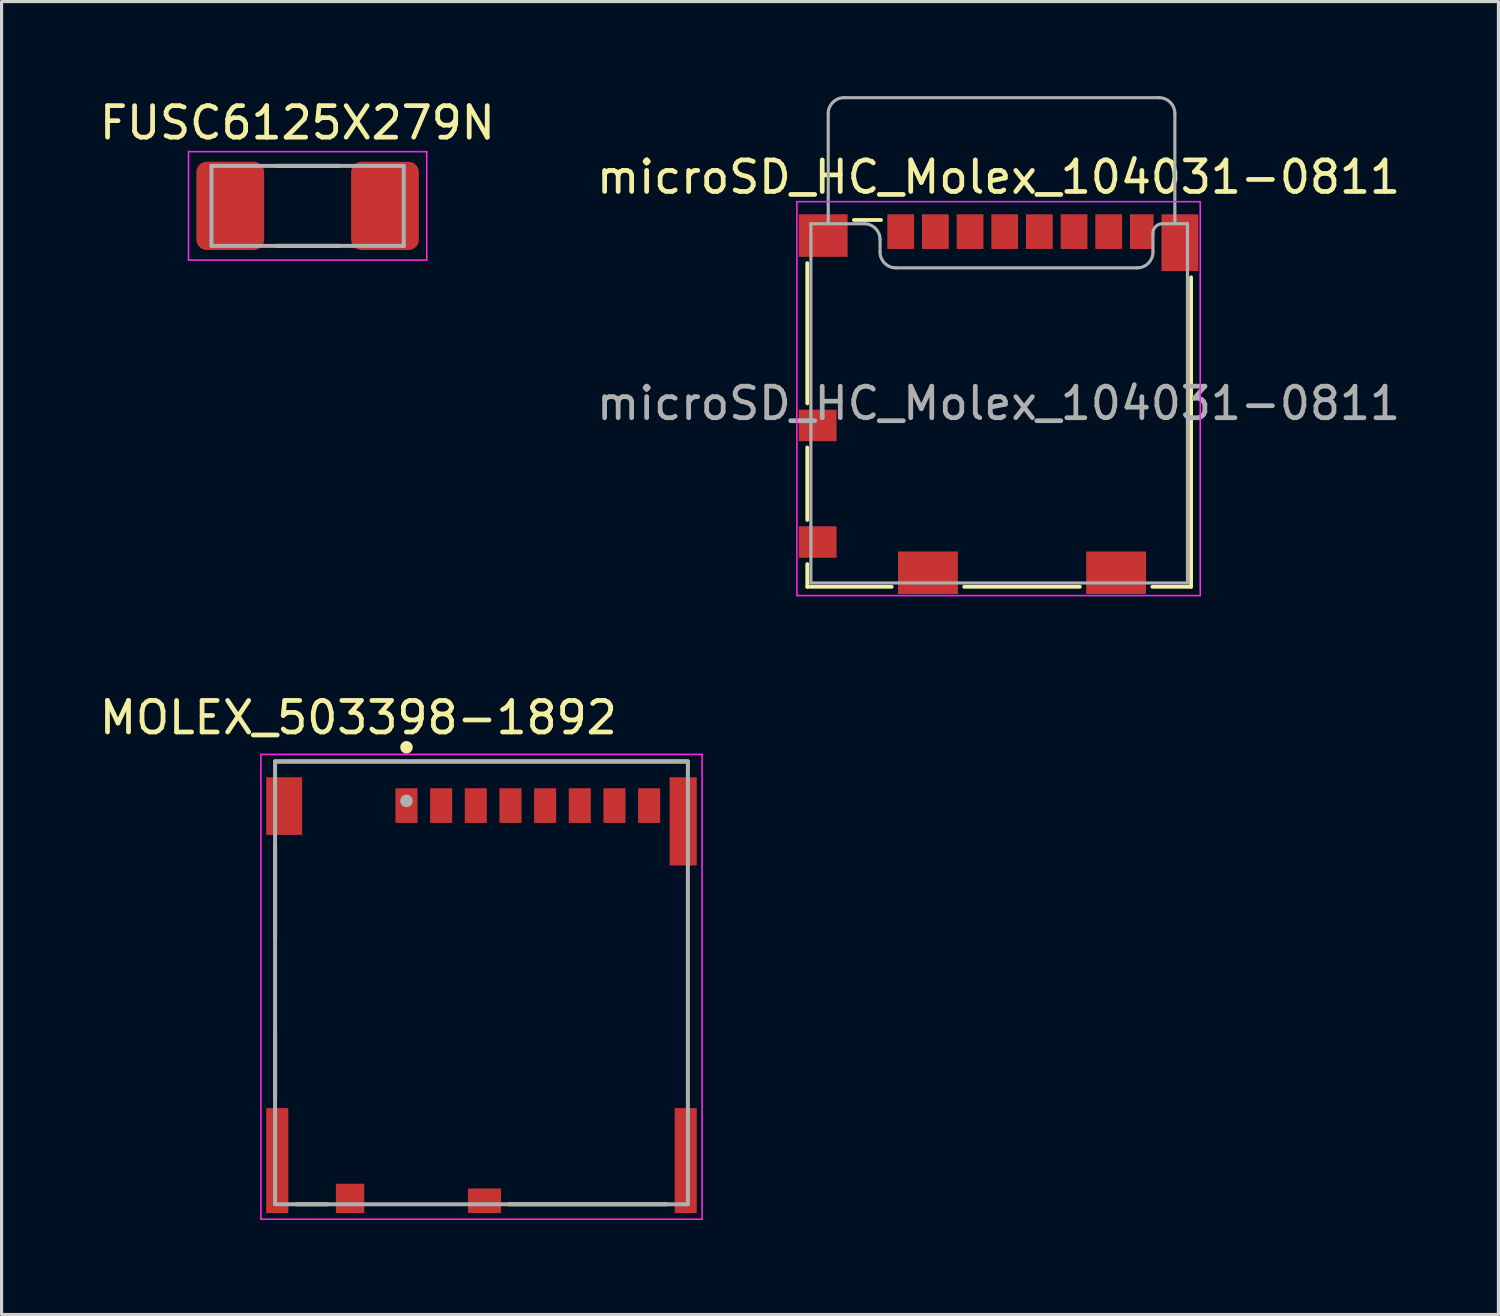
<source format=kicad_pcb>
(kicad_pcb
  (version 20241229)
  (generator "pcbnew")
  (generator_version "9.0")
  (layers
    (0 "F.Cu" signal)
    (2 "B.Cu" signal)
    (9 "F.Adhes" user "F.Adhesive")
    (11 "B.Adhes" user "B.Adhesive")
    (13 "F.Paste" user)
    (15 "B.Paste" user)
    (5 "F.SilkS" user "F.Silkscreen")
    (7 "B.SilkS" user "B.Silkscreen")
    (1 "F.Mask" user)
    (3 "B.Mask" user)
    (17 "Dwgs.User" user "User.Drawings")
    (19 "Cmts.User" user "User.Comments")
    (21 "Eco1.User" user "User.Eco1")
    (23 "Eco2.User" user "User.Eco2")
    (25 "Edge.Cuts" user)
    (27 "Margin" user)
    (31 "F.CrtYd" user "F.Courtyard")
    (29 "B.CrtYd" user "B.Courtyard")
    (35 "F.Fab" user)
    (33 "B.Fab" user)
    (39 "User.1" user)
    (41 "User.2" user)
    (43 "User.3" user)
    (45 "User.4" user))
  (footprint "MOLEX_503398-1892"
    (layer "F.Cu")
    (at 12.229 28.139)
    (property "Reference" "MOLEX_503398-1892" (at -3.908 -8.416 0) (layer "F.SilkS") (effects (font (size 1.001 1.001) (thickness 0.15))))
    (attr smd)
    (fp_line (start -6.55 -7.025) (end 6.55 -7.025) (stroke (width 0.127) (type solid)) (layer "F.SilkS"))
    (fp_line (start -6.55 -4.325) (end -6.55 -1.425) (stroke (width 0.127) (type solid)) (layer "F.SilkS"))
    (fp_line (start -6.55 1.575) (end -6.55 3.675) (stroke (width 0.127) (type solid)) (layer "F.SilkS"))
    (fp_line (start -5.876 7.025) (end -4.874 7.025) (stroke (width 0.127) (type solid)) (layer "F.SilkS"))
    (fp_line (start 0.874 7.025) (end 5.876 7.025) (stroke (width 0.127) (type solid)) (layer "F.SilkS"))
    (fp_circle (center -2.38 -7.475) (end -2.28 -7.475) (stroke (width 0.2) (type solid)) (fill no) (layer "F.SilkS"))
    (fp_line (start -7 -7.25) (end 7 -7.25) (stroke (width 0.05) (type solid)) (layer "F.CrtYd"))
    (fp_line (start -7 7.5) (end -7 -7.25) (stroke (width 0.05) (type solid)) (layer "F.CrtYd"))
    (fp_line (start 7 -7.25) (end 7 7.5) (stroke (width 0.05) (type solid)) (layer "F.CrtYd"))
    (fp_line (start 7 7.5) (end -7 7.5) (stroke (width 0.05) (type solid)) (layer "F.CrtYd"))
    (fp_line (start -6.55 -7.025) (end 6.55 -7.025) (stroke (width 0.127) (type solid)) (layer "F.Fab"))
    (fp_line (start -6.55 7.025) (end -6.55 -7.025) (stroke (width 0.127) (type solid)) (layer "F.Fab"))
    (fp_line (start 6.55 -7.025) (end 6.55 7.025) (stroke (width 0.127) (type solid)) (layer "F.Fab"))
    (fp_line (start 6.55 7.025) (end -6.55 7.025) (stroke (width 0.127) (type solid)) (layer "F.Fab"))
    (fp_circle (center -2.38 -5.775) (end -2.28 -5.775) (stroke (width 0.2) (type solid)) (fill no) (layer "F.Fab"))
    (pad "1" smd rect (at -2.38 -5.625) (size 0.7 1.1) (layers "F.Cu" "F.Mask" "F.Paste"))
    (pad "2" smd rect (at -1.28 -5.625) (size 0.7 1.1) (layers "F.Cu" "F.Mask" "F.Paste"))
    (pad "3" smd rect (at -0.18 -5.625) (size 0.7 1.1) (layers "F.Cu" "F.Mask" "F.Paste"))
    (pad "4" smd rect (at 0.92 -5.625) (size 0.7 1.1) (layers "F.Cu" "F.Mask" "F.Paste"))
    (pad "5" smd rect (at 2.02 -5.625) (size 0.7 1.1) (layers "F.Cu" "F.Mask" "F.Paste"))
    (pad "6" smd rect (at 3.12 -5.625) (size 0.7 1.1) (layers "F.Cu" "F.Mask" "F.Paste"))
    (pad "7" smd rect (at 4.22 -5.625) (size 0.7 1.1) (layers "F.Cu" "F.Mask" "F.Paste"))
    (pad "8" smd rect (at 5.32 -5.625) (size 0.7 1.1) (layers "F.Cu" "F.Mask" "F.Paste"))
    (pad "9" smd rect (at -4.17 6.84) (size 0.9 0.93) (layers "F.Cu" "F.Mask" "F.Paste"))
    (pad "10" smd rect (at 0.095 6.915) (size 1.05 0.78) (layers "F.Cu" "F.Mask" "F.Paste"))
    (pad "11" smd rect (at -6.48 5.64) (size 0.7 3.33) (layers "F.Cu" "F.Mask" "F.Paste"))
    (pad "11" smd rect (at -6.26 -5.61) (size 1.14 1.83) (layers "F.Cu" "F.Mask" "F.Paste"))
    (pad "11" smd rect (at 6.4 -5.125) (size 0.86 2.8) (layers "F.Cu" "F.Mask" "F.Paste"))
    (pad "11" smd rect (at 6.48 5.64) (size 0.7 3.33) (layers "F.Cu" "F.Mask" "F.Paste"))
    (zone (net_name "") (layer "F.Cu") (hatch full 0.508) (connect_pads) (min_thickness 0.01) (filled_areas_thickness no) (keepout (tracks not_allowed) (vias not_allowed) (pads not_allowed) (copperpour not_allowed) (footprints allowed)) (placement (enabled no)) (fill) (polygon (pts (xy 5.392 27.014) (xy 6.099 27.014) (xy 6.099 29.416) (xy 5.392 29.416))))
    (zone (net_name "") (layer "F.Cu") (hatch full 0.508) (connect_pads) (min_thickness 0.01) (filled_areas_thickness no) (keepout (tracks not_allowed) (vias not_allowed) (pads not_allowed) (copperpour not_allowed) (footprints allowed)) (placement (enabled no)) (fill) (polygon (pts (xy 6.983 32.714) (xy 7.544 32.714) (xy 7.544 34.878) (xy 6.983 34.878))))
    (zone (net_name "") (layer "F.Cu") (hatch full 0.508) (connect_pads) (min_thickness 0.01) (filled_areas_thickness no) (keepout (tracks not_allowed) (vias not_allowed) (pads not_allowed) (copperpour not_allowed) (footprints allowed)) (placement (enabled no)) (fill) (polygon (pts (xy 9.006 34.514) (xy 9.559 34.514) (xy 9.559 35.07) (xy 9.006 35.07))))
    (zone (net_name "") (layer "F.Cu") (hatch full 0.508) (connect_pads) (min_thickness 0.0001) (filled_areas_thickness no) (keepout (tracks not_allowed) (vias not_allowed) (pads not_allowed) (copperpour not_allowed) (footprints allowed)) (placement (enabled no)) (fill) (polygon (pts (xy 9.059 24.414) (xy 9.059 29.414) (xy 8.409 29.414) (xy 8.409 32.014) (xy 12.799 32.014) (xy 12.799 33.264) (xy 10.499 33.264) (xy 10.499 35.444) (xy 11.799 35.444) (xy 11.799 34.664) (xy 18.359 34.664) (xy 18.359 32.114) (xy 19.059 32.114) (xy 19.059 24.414))))
    (zone (net_name "") (layers "F.Cu" "B.Cu") (hatch full 0.508) (connect_pads) (min_thickness 0.01) (filled_areas_thickness no) (keepout (tracks allowed) (vias not_allowed) (pads allowed) (copperpour allowed) (footprints allowed)) (placement (enabled no)) (fill) (polygon (pts (xy 5.387 27.014) (xy 6.099 27.014) (xy 6.099 29.417) (xy 5.387 29.417))))
    (zone (net_name "") (layers "F.Cu" "B.Cu") (hatch full 0.508) (connect_pads) (min_thickness 0.01) (filled_areas_thickness no) (keepout (tracks allowed) (vias not_allowed) (pads allowed) (copperpour allowed) (footprints allowed)) (placement (enabled no)) (fill) (polygon (pts (xy 6.99 32.714) (xy 7.544 32.714) (xy 7.544 34.869) (xy 6.99 34.869))))
    (zone (net_name "") (layers "F.Cu" "B.Cu") (hatch full 0.508) (connect_pads) (min_thickness 0.01) (filled_areas_thickness no) (keepout (tracks allowed) (vias not_allowed) (pads allowed) (copperpour allowed) (footprints allowed)) (placement (enabled no)) (fill) (polygon (pts (xy 9.003 34.514) (xy 9.559 34.514) (xy 9.559 35.076) (xy 9.003 35.076))))
    (zone (net_name "") (layers "F.Cu" "B.Cu") (hatch full 0.508) (connect_pads) (min_thickness 0.0001) (filled_areas_thickness no) (keepout (tracks allowed) (vias not_allowed) (pads allowed) (copperpour allowed) (footprints allowed)) (placement (enabled no)) (fill) (polygon (pts (xy 9.059 24.414) (xy 9.059 29.414) (xy 8.409 29.414) (xy 8.409 32.014) (xy 12.799 32.014) (xy 12.799 33.264) (xy 10.499 33.264) (xy 10.499 35.444) (xy 11.799 35.444) (xy 11.799 34.664) (xy 18.359 34.664) (xy 18.359 32.114) (xy 19.059 32.114) (xy 19.059 24.414)))))
  (footprint "FUSC6125X279N"
    (layer "F.Cu")
    (at 6.712 3.483)
    (property "Reference" "FUSC6125X279N" (at -0.325 -2.635 0) (layer "F.SilkS") (effects (font (size 1 1) (thickness 0.15))))
    (attr smd)
    (fp_line (start -1 -1.27) (end 1 -1.27) (stroke (width 0.127) (type solid)) (layer "F.SilkS"))
    (fp_line (start 1 1.27) (end -1 1.27) (stroke (width 0.127) (type solid)) (layer "F.SilkS"))
    (fp_line (start -3.78 -1.72) (end 3.78 -1.72) (stroke (width 0.05) (type solid)) (layer "F.CrtYd"))
    (fp_line (start -3.78 1.72) (end -3.78 -1.72) (stroke (width 0.05) (type solid)) (layer "F.CrtYd"))
    (fp_line (start 3.78 -1.72) (end 3.78 1.72) (stroke (width 0.05) (type solid)) (layer "F.CrtYd"))
    (fp_line (start 3.78 1.72) (end -3.78 1.72) (stroke (width 0.05) (type solid)) (layer "F.CrtYd"))
    (fp_line (start -3.05 -1.27) (end 3.05 -1.27) (stroke (width 0.127) (type solid)) (layer "F.Fab"))
    (fp_line (start -3.05 1.27) (end -3.05 -1.27) (stroke (width 0.127) (type solid)) (layer "F.Fab"))
    (fp_line (start 3.05 -1.27) (end 3.05 1.27) (stroke (width 0.127) (type solid)) (layer "F.Fab"))
    (fp_line (start 3.05 1.27) (end -3.05 1.27) (stroke (width 0.127) (type solid)) (layer "F.Fab"))
    (pad "1" smd roundrect (at -2.455 0) (size 2.15 2.8) (layers "F.Cu" "F.Mask" "F.Paste") (roundrect_rratio 0.15))
    (pad "2" smd roundrect (at 2.455 0) (size 2.15 2.8) (layers "F.Cu" "F.Mask" "F.Paste") (roundrect_rratio 0.15)))
  (footprint "microSD_HC_Molex_104031-0811"
    (layer "F.Cu")
    (at 28.637 9.75)
    (property "Reference" "microSD_HC_Molex_104031-0811" (at 0 -7.18 0) (layer "F.SilkS") (effects (font (size 1 1) (thickness 0.15))))
    (attr smd)
    (fp_line (start -6.07 -4.45) (end -6.07 0) (stroke (width 0.12) (type solid)) (layer "F.SilkS"))
    (fp_line (start -6.07 1.4) (end -6.07 3.7) (stroke (width 0.12) (type solid)) (layer "F.SilkS"))
    (fp_line (start -6.07 5.1) (end -6.07 5.82) (stroke (width 0.12) (type solid)) (layer "F.SilkS"))
    (fp_line (start -6.07 5.82) (end -3.39 5.82) (stroke (width 0.12) (type solid)) (layer "F.SilkS"))
    (fp_line (start -4.59 -5.82) (end -3.73 -5.82) (stroke (width 0.12) (type solid)) (layer "F.SilkS"))
    (fp_line (start -1.09 5.82) (end 2.58 5.82) (stroke (width 0.12) (type solid)) (layer "F.SilkS"))
    (fp_line (start 4.88 5.82) (end 6.11 5.82) (stroke (width 0.12) (type solid)) (layer "F.SilkS"))
    (fp_line (start 6.11 5.82) (end 6.11 -4) (stroke (width 0.12) (type solid)) (layer "F.SilkS"))
    (fp_line (start -6.4 -6.4) (end 6.4 -6.4) (stroke (width 0.05) (type solid)) (layer "F.CrtYd"))
    (fp_line (start -6.4 6.1) (end -6.4 -6.4) (stroke (width 0.05) (type solid)) (layer "F.CrtYd"))
    (fp_line (start 6.4 -6.4) (end 6.4 6.1) (stroke (width 0.05) (type solid)) (layer "F.CrtYd"))
    (fp_line (start 6.4 6.1) (end -6.4 6.1) (stroke (width 0.05) (type solid)) (layer "F.CrtYd"))
    (fp_line (start -5.955 -5.7) (end -5.955 5.7) (stroke (width 0.1) (type solid)) (layer "F.Fab"))
    (fp_line (start -5.955 -5.7) (end -4.26 -5.7) (stroke (width 0.1) (type solid)) (layer "F.Fab"))
    (fp_line (start -5.405 -9.2) (end -5.405 -5.7) (stroke (width 0.1) (type solid)) (layer "F.Fab"))
    (fp_line (start -4.905 -9.7) (end 5.095 -9.7) (stroke (width 0.1) (type solid)) (layer "F.Fab"))
    (fp_line (start -3.76 -4.8) (end -3.76 -5.2) (stroke (width 0.1) (type solid)) (layer "F.Fab"))
    (fp_line (start 4.4 -4.3) (end -3.26 -4.3) (stroke (width 0.1) (type solid)) (layer "F.Fab"))
    (fp_line (start 4.9 -5.4) (end 4.9 -4.8) (stroke (width 0.1) (type solid)) (layer "F.Fab"))
    (fp_line (start 5.595 -5.7) (end 5.595 -9.2) (stroke (width 0.1) (type solid)) (layer "F.Fab"))
    (fp_line (start 5.995 -5.7) (end 5.21 -5.7) (stroke (width 0.1) (type solid)) (layer "F.Fab"))
    (fp_line (start 5.995 5.7) (end -5.955 5.7) (stroke (width 0.1) (type solid)) (layer "F.Fab"))
    (fp_line (start 5.995 5.7) (end 5.995 -5.7) (stroke (width 0.1) (type solid)) (layer "F.Fab"))
    (fp_arc (start -5.405 -9.2) (mid -5.258553 -9.553553) (end -4.905 -9.7) (stroke (width 0.1) (type solid)) (layer "F.Fab"))
    (fp_arc (start -4.26 -5.7) (mid -3.906447 -5.553553) (end -3.76 -5.2) (stroke (width 0.1) (type solid)) (layer "F.Fab"))
    (fp_arc (start -3.26 -4.3) (mid -3.613553 -4.446447) (end -3.76 -4.8) (stroke (width 0.1) (type solid)) (layer "F.Fab"))
    (fp_arc (start 4.9 -5.4) (mid 4.987868 -5.612132) (end 5.2 -5.7) (stroke (width 0.1) (type solid)) (layer "F.Fab"))
    (fp_arc (start 4.9 -4.8) (mid 4.753553 -4.446447) (end 4.4 -4.3) (stroke (width 0.1) (type solid)) (layer "F.Fab"))
    (fp_arc (start 5.095 -9.7) (mid 5.448553 -9.553553) (end 5.595 -9.2) (stroke (width 0.1) (type solid)) (layer "F.Fab"))
    (fp_text user "${REFERENCE}" (at 0 0 0) (layer "F.Fab") (effects (font (size 1 1) (thickness 0.15))))
    (pad "1" smd rect (at -3.105 -5.45) (size 0.85 1.1) (layers "F.Cu" "F.Mask" "F.Paste"))
    (pad "2" smd rect (at -2.005 -5.45) (size 0.85 1.1) (layers "F.Cu" "F.Mask" "F.Paste"))
    (pad "3" smd rect (at -0.905 -5.45) (size 0.85 1.1) (layers "F.Cu" "F.Mask" "F.Paste"))
    (pad "4" smd rect (at 0.195 -5.45) (size 0.85 1.1) (layers "F.Cu" "F.Mask" "F.Paste"))
    (pad "5" smd rect (at 1.295 -5.45) (size 0.85 1.1) (layers "F.Cu" "F.Mask" "F.Paste"))
    (pad "6" smd rect (at 2.395 -5.45) (size 0.85 1.1) (layers "F.Cu" "F.Mask" "F.Paste"))
    (pad "7" smd rect (at 3.495 -5.45) (size 0.85 1.1) (layers "F.Cu" "F.Mask" "F.Paste"))
    (pad "8" smd rect (at 4.545 -5.45) (size 0.75 1.1) (layers "F.Cu" "F.Mask" "F.Paste"))
    (pad "9" smd rect (at -5.74 0.7) (size 1.2 1) (layers "F.Cu" "F.Mask" "F.Paste"))
    (pad "10" smd rect (at -5.74 4.4) (size 1.2 1) (layers "F.Cu" "F.Mask" "F.Paste"))
    (pad "11" smd rect (at -5.565 -5.325) (size 1.55 1.35) (layers "F.Cu" "F.Mask" "F.Paste"))
    (pad "11" smd rect (at -2.24 5.375) (size 1.9 1.35) (layers "F.Cu" "F.Mask" "F.Paste"))
    (pad "11" smd rect (at 3.73 5.375) (size 1.9 1.35) (layers "F.Cu" "F.Mask" "F.Paste"))
    (pad "11" smd rect (at 5.755 -5.1) (size 1.17 1.8) (layers "F.Cu" "F.Mask" "F.Paste")))
  (gr_rect
    (start -3 -3)
    (end 44.5 38.664)
    (stroke (width 0.1) (type default))
    (fill no)
    (layer "Edge.Cuts")))
</source>
